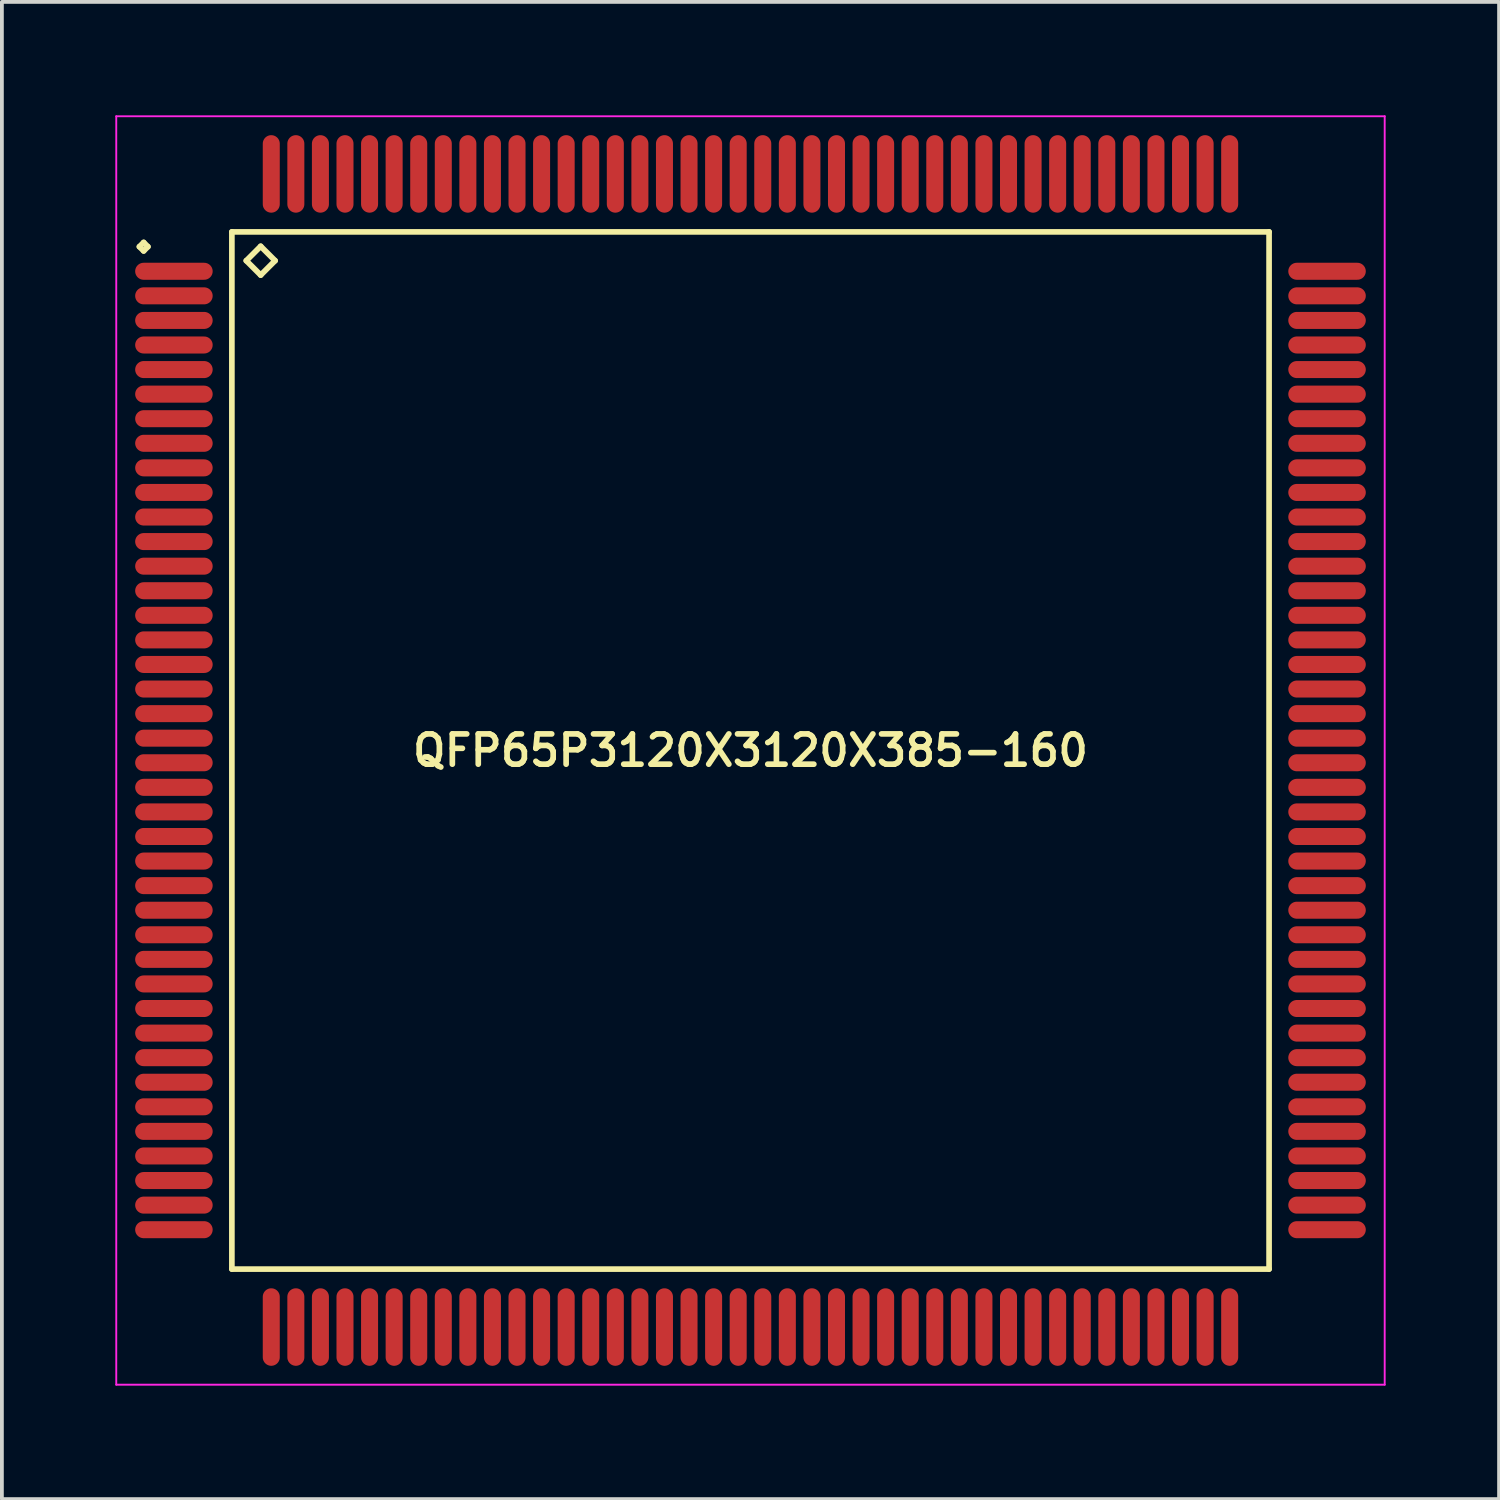
<source format=kicad_pcb>
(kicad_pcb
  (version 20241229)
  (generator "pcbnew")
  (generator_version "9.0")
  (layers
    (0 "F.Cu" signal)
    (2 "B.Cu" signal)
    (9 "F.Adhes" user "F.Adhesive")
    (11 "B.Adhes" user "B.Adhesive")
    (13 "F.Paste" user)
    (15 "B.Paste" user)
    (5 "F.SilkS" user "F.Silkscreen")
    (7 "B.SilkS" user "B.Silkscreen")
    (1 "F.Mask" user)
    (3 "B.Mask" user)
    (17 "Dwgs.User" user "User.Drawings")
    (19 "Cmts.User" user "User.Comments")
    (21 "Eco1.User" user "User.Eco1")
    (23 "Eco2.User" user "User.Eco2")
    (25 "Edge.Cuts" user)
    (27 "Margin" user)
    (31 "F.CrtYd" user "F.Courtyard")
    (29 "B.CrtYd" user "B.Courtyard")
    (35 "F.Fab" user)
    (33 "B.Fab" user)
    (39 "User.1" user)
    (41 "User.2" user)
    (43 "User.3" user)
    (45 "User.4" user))
  (footprint "QFP65P3120X3120X385-160"
    (layer "F.Cu")
    (at 16.8 16.8)
    (property "Reference" "QFP65P3120X3120X385-160" (at 0 0 0) (layer "F.SilkS") (effects (font (size 0.8 0.8) (thickness 0.15))))
    (attr smd)
    (fp_line (start -16.163 -13.325) (end -16.05 -13.438) (stroke (width 0.15) (type solid)) (layer "F.SilkS"))
    (fp_line (start -16.05 -13.438) (end -15.938 -13.325) (stroke (width 0.15) (type solid)) (layer "F.SilkS"))
    (fp_line (start -16.05 -13.213) (end -16.163 -13.325) (stroke (width 0.15) (type solid)) (layer "F.SilkS"))
    (fp_line (start -15.938 -13.325) (end -16.05 -13.213) (stroke (width 0.15) (type solid)) (layer "F.SilkS"))
    (fp_line (start -13.717 -13.717) (end -13.717 13.717) (stroke (width 0.15) (type solid)) (layer "F.SilkS"))
    (fp_line (start -13.717 13.717) (end 13.717 13.717) (stroke (width 0.15) (type solid)) (layer "F.SilkS"))
    (fp_line (start -13.336 -12.955) (end -12.955 -13.336) (stroke (width 0.15) (type solid)) (layer "F.SilkS"))
    (fp_line (start -12.955 -13.336) (end -12.574 -12.955) (stroke (width 0.15) (type solid)) (layer "F.SilkS"))
    (fp_line (start -12.955 -12.574) (end -13.336 -12.955) (stroke (width 0.15) (type solid)) (layer "F.SilkS"))
    (fp_line (start -12.574 -12.955) (end -12.955 -12.574) (stroke (width 0.15) (type solid)) (layer "F.SilkS"))
    (fp_line (start 13.717 -13.717) (end -13.717 -13.717) (stroke (width 0.15) (type solid)) (layer "F.SilkS"))
    (fp_line (start 13.717 13.717) (end 13.717 -13.717) (stroke (width 0.15) (type solid)) (layer "F.SilkS"))
    (fp_line (start -16.775 -16.775) (end 16.775 -16.775) (stroke (width 0.05) (type solid)) (layer "F.CrtYd"))
    (fp_line (start -16.775 16.775) (end -16.775 -16.775) (stroke (width 0.05) (type solid)) (layer "F.CrtYd"))
    (fp_line (start 16.775 -16.775) (end 16.775 16.775) (stroke (width 0.05) (type solid)) (layer "F.CrtYd"))
    (fp_line (start 16.775 16.775) (end -16.775 16.775) (stroke (width 0.05) (type solid)) (layer "F.CrtYd"))
    (pad "1" smd oval (at -15.25 -12.675) (size 2.05 0.45) (layers "F.Cu" "F.Mask" "F.Paste"))
    (pad "2" smd oval (at -15.25 -12.025) (size 2.05 0.45) (layers "F.Cu" "F.Mask" "F.Paste"))
    (pad "3" smd oval (at -15.25 -11.375) (size 2.05 0.45) (layers "F.Cu" "F.Mask" "F.Paste"))
    (pad "4" smd oval (at -15.25 -10.725) (size 2.05 0.45) (layers "F.Cu" "F.Mask" "F.Paste"))
    (pad "5" smd oval (at -15.25 -10.075) (size 2.05 0.45) (layers "F.Cu" "F.Mask" "F.Paste"))
    (pad "6" smd oval (at -15.25 -9.425) (size 2.05 0.45) (layers "F.Cu" "F.Mask" "F.Paste"))
    (pad "7" smd oval (at -15.25 -8.775) (size 2.05 0.45) (layers "F.Cu" "F.Mask" "F.Paste"))
    (pad "8" smd oval (at -15.25 -8.125) (size 2.05 0.45) (layers "F.Cu" "F.Mask" "F.Paste"))
    (pad "9" smd oval (at -15.25 -7.475) (size 2.05 0.45) (layers "F.Cu" "F.Mask" "F.Paste"))
    (pad "10" smd oval (at -15.25 -6.825) (size 2.05 0.45) (layers "F.Cu" "F.Mask" "F.Paste"))
    (pad "11" smd oval (at -15.25 -6.175) (size 2.05 0.45) (layers "F.Cu" "F.Mask" "F.Paste"))
    (pad "12" smd oval (at -15.25 -5.525) (size 2.05 0.45) (layers "F.Cu" "F.Mask" "F.Paste"))
    (pad "13" smd oval (at -15.25 -4.875) (size 2.05 0.45) (layers "F.Cu" "F.Mask" "F.Paste"))
    (pad "14" smd oval (at -15.25 -4.225) (size 2.05 0.45) (layers "F.Cu" "F.Mask" "F.Paste"))
    (pad "15" smd oval (at -15.25 -3.575) (size 2.05 0.45) (layers "F.Cu" "F.Mask" "F.Paste"))
    (pad "16" smd oval (at -15.25 -2.925) (size 2.05 0.45) (layers "F.Cu" "F.Mask" "F.Paste"))
    (pad "17" smd oval (at -15.25 -2.275) (size 2.05 0.45) (layers "F.Cu" "F.Mask" "F.Paste"))
    (pad "18" smd oval (at -15.25 -1.625) (size 2.05 0.45) (layers "F.Cu" "F.Mask" "F.Paste"))
    (pad "19" smd oval (at -15.25 -0.975) (size 2.05 0.45) (layers "F.Cu" "F.Mask" "F.Paste"))
    (pad "20" smd oval (at -15.25 -0.325) (size 2.05 0.45) (layers "F.Cu" "F.Mask" "F.Paste"))
    (pad "21" smd oval (at -15.25 0.325) (size 2.05 0.45) (layers "F.Cu" "F.Mask" "F.Paste"))
    (pad "22" smd oval (at -15.25 0.975) (size 2.05 0.45) (layers "F.Cu" "F.Mask" "F.Paste"))
    (pad "23" smd oval (at -15.25 1.625) (size 2.05 0.45) (layers "F.Cu" "F.Mask" "F.Paste"))
    (pad "24" smd oval (at -15.25 2.275) (size 2.05 0.45) (layers "F.Cu" "F.Mask" "F.Paste"))
    (pad "25" smd oval (at -15.25 2.925) (size 2.05 0.45) (layers "F.Cu" "F.Mask" "F.Paste"))
    (pad "26" smd oval (at -15.25 3.575) (size 2.05 0.45) (layers "F.Cu" "F.Mask" "F.Paste"))
    (pad "27" smd oval (at -15.25 4.225) (size 2.05 0.45) (layers "F.Cu" "F.Mask" "F.Paste"))
    (pad "28" smd oval (at -15.25 4.875) (size 2.05 0.45) (layers "F.Cu" "F.Mask" "F.Paste"))
    (pad "29" smd oval (at -15.25 5.525) (size 2.05 0.45) (layers "F.Cu" "F.Mask" "F.Paste"))
    (pad "30" smd oval (at -15.25 6.175) (size 2.05 0.45) (layers "F.Cu" "F.Mask" "F.Paste"))
    (pad "31" smd oval (at -15.25 6.825) (size 2.05 0.45) (layers "F.Cu" "F.Mask" "F.Paste"))
    (pad "32" smd oval (at -15.25 7.475) (size 2.05 0.45) (layers "F.Cu" "F.Mask" "F.Paste"))
    (pad "33" smd oval (at -15.25 8.125) (size 2.05 0.45) (layers "F.Cu" "F.Mask" "F.Paste"))
    (pad "34" smd oval (at -15.25 8.775) (size 2.05 0.45) (layers "F.Cu" "F.Mask" "F.Paste"))
    (pad "35" smd oval (at -15.25 9.425) (size 2.05 0.45) (layers "F.Cu" "F.Mask" "F.Paste"))
    (pad "36" smd oval (at -15.25 10.075) (size 2.05 0.45) (layers "F.Cu" "F.Mask" "F.Paste"))
    (pad "37" smd oval (at -15.25 10.725) (size 2.05 0.45) (layers "F.Cu" "F.Mask" "F.Paste"))
    (pad "38" smd oval (at -15.25 11.375) (size 2.05 0.45) (layers "F.Cu" "F.Mask" "F.Paste"))
    (pad "39" smd oval (at -15.25 12.025) (size 2.05 0.45) (layers "F.Cu" "F.Mask" "F.Paste"))
    (pad "40" smd oval (at -15.25 12.675) (size 2.05 0.45) (layers "F.Cu" "F.Mask" "F.Paste"))
    (pad "41" smd oval (at -12.675 15.25) (size 0.45 2.05) (layers "F.Cu" "F.Mask" "F.Paste"))
    (pad "42" smd oval (at -12.025 15.25) (size 0.45 2.05) (layers "F.Cu" "F.Mask" "F.Paste"))
    (pad "43" smd oval (at -11.375 15.25) (size 0.45 2.05) (layers "F.Cu" "F.Mask" "F.Paste"))
    (pad "44" smd oval (at -10.725 15.25) (size 0.45 2.05) (layers "F.Cu" "F.Mask" "F.Paste"))
    (pad "45" smd oval (at -10.075 15.25) (size 0.45 2.05) (layers "F.Cu" "F.Mask" "F.Paste"))
    (pad "46" smd oval (at -9.425 15.25) (size 0.45 2.05) (layers "F.Cu" "F.Mask" "F.Paste"))
    (pad "47" smd oval (at -8.775 15.25) (size 0.45 2.05) (layers "F.Cu" "F.Mask" "F.Paste"))
    (pad "48" smd oval (at -8.125 15.25) (size 0.45 2.05) (layers "F.Cu" "F.Mask" "F.Paste"))
    (pad "49" smd oval (at -7.475 15.25) (size 0.45 2.05) (layers "F.Cu" "F.Mask" "F.Paste"))
    (pad "50" smd oval (at -6.825 15.25) (size 0.45 2.05) (layers "F.Cu" "F.Mask" "F.Paste"))
    (pad "51" smd oval (at -6.175 15.25) (size 0.45 2.05) (layers "F.Cu" "F.Mask" "F.Paste"))
    (pad "52" smd oval (at -5.525 15.25) (size 0.45 2.05) (layers "F.Cu" "F.Mask" "F.Paste"))
    (pad "53" smd oval (at -4.875 15.25) (size 0.45 2.05) (layers "F.Cu" "F.Mask" "F.Paste"))
    (pad "54" smd oval (at -4.225 15.25) (size 0.45 2.05) (layers "F.Cu" "F.Mask" "F.Paste"))
    (pad "55" smd oval (at -3.575 15.25) (size 0.45 2.05) (layers "F.Cu" "F.Mask" "F.Paste"))
    (pad "56" smd oval (at -2.925 15.25) (size 0.45 2.05) (layers "F.Cu" "F.Mask" "F.Paste"))
    (pad "57" smd oval (at -2.275 15.25) (size 0.45 2.05) (layers "F.Cu" "F.Mask" "F.Paste"))
    (pad "58" smd oval (at -1.625 15.25) (size 0.45 2.05) (layers "F.Cu" "F.Mask" "F.Paste"))
    (pad "59" smd oval (at -0.975 15.25) (size 0.45 2.05) (layers "F.Cu" "F.Mask" "F.Paste"))
    (pad "60" smd oval (at -0.325 15.25) (size 0.45 2.05) (layers "F.Cu" "F.Mask" "F.Paste"))
    (pad "61" smd oval (at 0.325 15.25) (size 0.45 2.05) (layers "F.Cu" "F.Mask" "F.Paste"))
    (pad "62" smd oval (at 0.975 15.25) (size 0.45 2.05) (layers "F.Cu" "F.Mask" "F.Paste"))
    (pad "63" smd oval (at 1.625 15.25) (size 0.45 2.05) (layers "F.Cu" "F.Mask" "F.Paste"))
    (pad "64" smd oval (at 2.275 15.25) (size 0.45 2.05) (layers "F.Cu" "F.Mask" "F.Paste"))
    (pad "65" smd oval (at 2.925 15.25) (size 0.45 2.05) (layers "F.Cu" "F.Mask" "F.Paste"))
    (pad "66" smd oval (at 3.575 15.25) (size 0.45 2.05) (layers "F.Cu" "F.Mask" "F.Paste"))
    (pad "67" smd oval (at 4.225 15.25) (size 0.45 2.05) (layers "F.Cu" "F.Mask" "F.Paste"))
    (pad "68" smd oval (at 4.875 15.25) (size 0.45 2.05) (layers "F.Cu" "F.Mask" "F.Paste"))
    (pad "69" smd oval (at 5.525 15.25) (size 0.45 2.05) (layers "F.Cu" "F.Mask" "F.Paste"))
    (pad "70" smd oval (at 6.175 15.25) (size 0.45 2.05) (layers "F.Cu" "F.Mask" "F.Paste"))
    (pad "71" smd oval (at 6.825 15.25) (size 0.45 2.05) (layers "F.Cu" "F.Mask" "F.Paste"))
    (pad "72" smd oval (at 7.475 15.25) (size 0.45 2.05) (layers "F.Cu" "F.Mask" "F.Paste"))
    (pad "73" smd oval (at 8.125 15.25) (size 0.45 2.05) (layers "F.Cu" "F.Mask" "F.Paste"))
    (pad "74" smd oval (at 8.775 15.25) (size 0.45 2.05) (layers "F.Cu" "F.Mask" "F.Paste"))
    (pad "75" smd oval (at 9.425 15.25) (size 0.45 2.05) (layers "F.Cu" "F.Mask" "F.Paste"))
    (pad "76" smd oval (at 10.075 15.25) (size 0.45 2.05) (layers "F.Cu" "F.Mask" "F.Paste"))
    (pad "77" smd oval (at 10.725 15.25) (size 0.45 2.05) (layers "F.Cu" "F.Mask" "F.Paste"))
    (pad "78" smd oval (at 11.375 15.25) (size 0.45 2.05) (layers "F.Cu" "F.Mask" "F.Paste"))
    (pad "79" smd oval (at 12.025 15.25) (size 0.45 2.05) (layers "F.Cu" "F.Mask" "F.Paste"))
    (pad "80" smd oval (at 12.675 15.25) (size 0.45 2.05) (layers "F.Cu" "F.Mask" "F.Paste"))
    (pad "81" smd oval (at 15.25 12.675) (size 2.05 0.45) (layers "F.Cu" "F.Mask" "F.Paste"))
    (pad "82" smd oval (at 15.25 12.025) (size 2.05 0.45) (layers "F.Cu" "F.Mask" "F.Paste"))
    (pad "83" smd oval (at 15.25 11.375) (size 2.05 0.45) (layers "F.Cu" "F.Mask" "F.Paste"))
    (pad "84" smd oval (at 15.25 10.725) (size 2.05 0.45) (layers "F.Cu" "F.Mask" "F.Paste"))
    (pad "85" smd oval (at 15.25 10.075) (size 2.05 0.45) (layers "F.Cu" "F.Mask" "F.Paste"))
    (pad "86" smd oval (at 15.25 9.425) (size 2.05 0.45) (layers "F.Cu" "F.Mask" "F.Paste"))
    (pad "87" smd oval (at 15.25 8.775) (size 2.05 0.45) (layers "F.Cu" "F.Mask" "F.Paste"))
    (pad "88" smd oval (at 15.25 8.125) (size 2.05 0.45) (layers "F.Cu" "F.Mask" "F.Paste"))
    (pad "89" smd oval (at 15.25 7.475) (size 2.05 0.45) (layers "F.Cu" "F.Mask" "F.Paste"))
    (pad "90" smd oval (at 15.25 6.825) (size 2.05 0.45) (layers "F.Cu" "F.Mask" "F.Paste"))
    (pad "91" smd oval (at 15.25 6.175) (size 2.05 0.45) (layers "F.Cu" "F.Mask" "F.Paste"))
    (pad "92" smd oval (at 15.25 5.525) (size 2.05 0.45) (layers "F.Cu" "F.Mask" "F.Paste"))
    (pad "93" smd oval (at 15.25 4.875) (size 2.05 0.45) (layers "F.Cu" "F.Mask" "F.Paste"))
    (pad "94" smd oval (at 15.25 4.225) (size 2.05 0.45) (layers "F.Cu" "F.Mask" "F.Paste"))
    (pad "95" smd oval (at 15.25 3.575) (size 2.05 0.45) (layers "F.Cu" "F.Mask" "F.Paste"))
    (pad "96" smd oval (at 15.25 2.925) (size 2.05 0.45) (layers "F.Cu" "F.Mask" "F.Paste"))
    (pad "97" smd oval (at 15.25 2.275) (size 2.05 0.45) (layers "F.Cu" "F.Mask" "F.Paste"))
    (pad "98" smd oval (at 15.25 1.625) (size 2.05 0.45) (layers "F.Cu" "F.Mask" "F.Paste"))
    (pad "99" smd oval (at 15.25 0.975) (size 2.05 0.45) (layers "F.Cu" "F.Mask" "F.Paste"))
    (pad "100" smd oval (at 15.25 0.325) (size 2.05 0.45) (layers "F.Cu" "F.Mask" "F.Paste"))
    (pad "101" smd oval (at 15.25 -0.325) (size 2.05 0.45) (layers "F.Cu" "F.Mask" "F.Paste"))
    (pad "102" smd oval (at 15.25 -0.975) (size 2.05 0.45) (layers "F.Cu" "F.Mask" "F.Paste"))
    (pad "103" smd oval (at 15.25 -1.625) (size 2.05 0.45) (layers "F.Cu" "F.Mask" "F.Paste"))
    (pad "104" smd oval (at 15.25 -2.275) (size 2.05 0.45) (layers "F.Cu" "F.Mask" "F.Paste"))
    (pad "105" smd oval (at 15.25 -2.925) (size 2.05 0.45) (layers "F.Cu" "F.Mask" "F.Paste"))
    (pad "106" smd oval (at 15.25 -3.575) (size 2.05 0.45) (layers "F.Cu" "F.Mask" "F.Paste"))
    (pad "107" smd oval (at 15.25 -4.225) (size 2.05 0.45) (layers "F.Cu" "F.Mask" "F.Paste"))
    (pad "108" smd oval (at 15.25 -4.875) (size 2.05 0.45) (layers "F.Cu" "F.Mask" "F.Paste"))
    (pad "109" smd oval (at 15.25 -5.525) (size 2.05 0.45) (layers "F.Cu" "F.Mask" "F.Paste"))
    (pad "110" smd oval (at 15.25 -6.175) (size 2.05 0.45) (layers "F.Cu" "F.Mask" "F.Paste"))
    (pad "111" smd oval (at 15.25 -6.825) (size 2.05 0.45) (layers "F.Cu" "F.Mask" "F.Paste"))
    (pad "112" smd oval (at 15.25 -7.475) (size 2.05 0.45) (layers "F.Cu" "F.Mask" "F.Paste"))
    (pad "113" smd oval (at 15.25 -8.125) (size 2.05 0.45) (layers "F.Cu" "F.Mask" "F.Paste"))
    (pad "114" smd oval (at 15.25 -8.775) (size 2.05 0.45) (layers "F.Cu" "F.Mask" "F.Paste"))
    (pad "115" smd oval (at 15.25 -9.425) (size 2.05 0.45) (layers "F.Cu" "F.Mask" "F.Paste"))
    (pad "116" smd oval (at 15.25 -10.075) (size 2.05 0.45) (layers "F.Cu" "F.Mask" "F.Paste"))
    (pad "117" smd oval (at 15.25 -10.725) (size 2.05 0.45) (layers "F.Cu" "F.Mask" "F.Paste"))
    (pad "118" smd oval (at 15.25 -11.375) (size 2.05 0.45) (layers "F.Cu" "F.Mask" "F.Paste"))
    (pad "119" smd oval (at 15.25 -12.025) (size 2.05 0.45) (layers "F.Cu" "F.Mask" "F.Paste"))
    (pad "120" smd oval (at 15.25 -12.675) (size 2.05 0.45) (layers "F.Cu" "F.Mask" "F.Paste"))
    (pad "121" smd oval (at 12.675 -15.25) (size 0.45 2.05) (layers "F.Cu" "F.Mask" "F.Paste"))
    (pad "122" smd oval (at 12.025 -15.25) (size 0.45 2.05) (layers "F.Cu" "F.Mask" "F.Paste"))
    (pad "123" smd oval (at 11.375 -15.25) (size 0.45 2.05) (layers "F.Cu" "F.Mask" "F.Paste"))
    (pad "124" smd oval (at 10.725 -15.25) (size 0.45 2.05) (layers "F.Cu" "F.Mask" "F.Paste"))
    (pad "125" smd oval (at 10.075 -15.25) (size 0.45 2.05) (layers "F.Cu" "F.Mask" "F.Paste"))
    (pad "126" smd oval (at 9.425 -15.25) (size 0.45 2.05) (layers "F.Cu" "F.Mask" "F.Paste"))
    (pad "127" smd oval (at 8.775 -15.25) (size 0.45 2.05) (layers "F.Cu" "F.Mask" "F.Paste"))
    (pad "128" smd oval (at 8.125 -15.25) (size 0.45 2.05) (layers "F.Cu" "F.Mask" "F.Paste"))
    (pad "129" smd oval (at 7.475 -15.25) (size 0.45 2.05) (layers "F.Cu" "F.Mask" "F.Paste"))
    (pad "130" smd oval (at 6.825 -15.25) (size 0.45 2.05) (layers "F.Cu" "F.Mask" "F.Paste"))
    (pad "131" smd oval (at 6.175 -15.25) (size 0.45 2.05) (layers "F.Cu" "F.Mask" "F.Paste"))
    (pad "132" smd oval (at 5.525 -15.25) (size 0.45 2.05) (layers "F.Cu" "F.Mask" "F.Paste"))
    (pad "133" smd oval (at 4.875 -15.25) (size 0.45 2.05) (layers "F.Cu" "F.Mask" "F.Paste"))
    (pad "134" smd oval (at 4.225 -15.25) (size 0.45 2.05) (layers "F.Cu" "F.Mask" "F.Paste"))
    (pad "135" smd oval (at 3.575 -15.25) (size 0.45 2.05) (layers "F.Cu" "F.Mask" "F.Paste"))
    (pad "136" smd oval (at 2.925 -15.25) (size 0.45 2.05) (layers "F.Cu" "F.Mask" "F.Paste"))
    (pad "137" smd oval (at 2.275 -15.25) (size 0.45 2.05) (layers "F.Cu" "F.Mask" "F.Paste"))
    (pad "138" smd oval (at 1.625 -15.25) (size 0.45 2.05) (layers "F.Cu" "F.Mask" "F.Paste"))
    (pad "139" smd oval (at 0.975 -15.25) (size 0.45 2.05) (layers "F.Cu" "F.Mask" "F.Paste"))
    (pad "140" smd oval (at 0.325 -15.25) (size 0.45 2.05) (layers "F.Cu" "F.Mask" "F.Paste"))
    (pad "141" smd oval (at -0.325 -15.25) (size 0.45 2.05) (layers "F.Cu" "F.Mask" "F.Paste"))
    (pad "142" smd oval (at -0.975 -15.25) (size 0.45 2.05) (layers "F.Cu" "F.Mask" "F.Paste"))
    (pad "143" smd oval (at -1.625 -15.25) (size 0.45 2.05) (layers "F.Cu" "F.Mask" "F.Paste"))
    (pad "144" smd oval (at -2.275 -15.25) (size 0.45 2.05) (layers "F.Cu" "F.Mask" "F.Paste"))
    (pad "145" smd oval (at -2.925 -15.25) (size 0.45 2.05) (layers "F.Cu" "F.Mask" "F.Paste"))
    (pad "146" smd oval (at -3.575 -15.25) (size 0.45 2.05) (layers "F.Cu" "F.Mask" "F.Paste"))
    (pad "147" smd oval (at -4.225 -15.25) (size 0.45 2.05) (layers "F.Cu" "F.Mask" "F.Paste"))
    (pad "148" smd oval (at -4.875 -15.25) (size 0.45 2.05) (layers "F.Cu" "F.Mask" "F.Paste"))
    (pad "149" smd oval (at -5.525 -15.25) (size 0.45 2.05) (layers "F.Cu" "F.Mask" "F.Paste"))
    (pad "150" smd oval (at -6.175 -15.25) (size 0.45 2.05) (layers "F.Cu" "F.Mask" "F.Paste"))
    (pad "151" smd oval (at -6.825 -15.25) (size 0.45 2.05) (layers "F.Cu" "F.Mask" "F.Paste"))
    (pad "152" smd oval (at -7.475 -15.25) (size 0.45 2.05) (layers "F.Cu" "F.Mask" "F.Paste"))
    (pad "153" smd oval (at -8.125 -15.25) (size 0.45 2.05) (layers "F.Cu" "F.Mask" "F.Paste"))
    (pad "154" smd oval (at -8.775 -15.25) (size 0.45 2.05) (layers "F.Cu" "F.Mask" "F.Paste"))
    (pad "155" smd oval (at -9.425 -15.25) (size 0.45 2.05) (layers "F.Cu" "F.Mask" "F.Paste"))
    (pad "156" smd oval (at -10.075 -15.25) (size 0.45 2.05) (layers "F.Cu" "F.Mask" "F.Paste"))
    (pad "157" smd oval (at -10.725 -15.25) (size 0.45 2.05) (layers "F.Cu" "F.Mask" "F.Paste"))
    (pad "158" smd oval (at -11.375 -15.25) (size 0.45 2.05) (layers "F.Cu" "F.Mask" "F.Paste"))
    (pad "159" smd oval (at -12.025 -15.25) (size 0.45 2.05) (layers "F.Cu" "F.Mask" "F.Paste"))
    (pad "160" smd oval (at -12.675 -15.25) (size 0.45 2.05) (layers "F.Cu" "F.Mask" "F.Paste")))
  (gr_rect
    (start -3 -3)
    (end 36.6 36.6)
    (stroke (width 0.1) (type default))
    (fill no)
    (layer "Edge.Cuts")))
</source>
